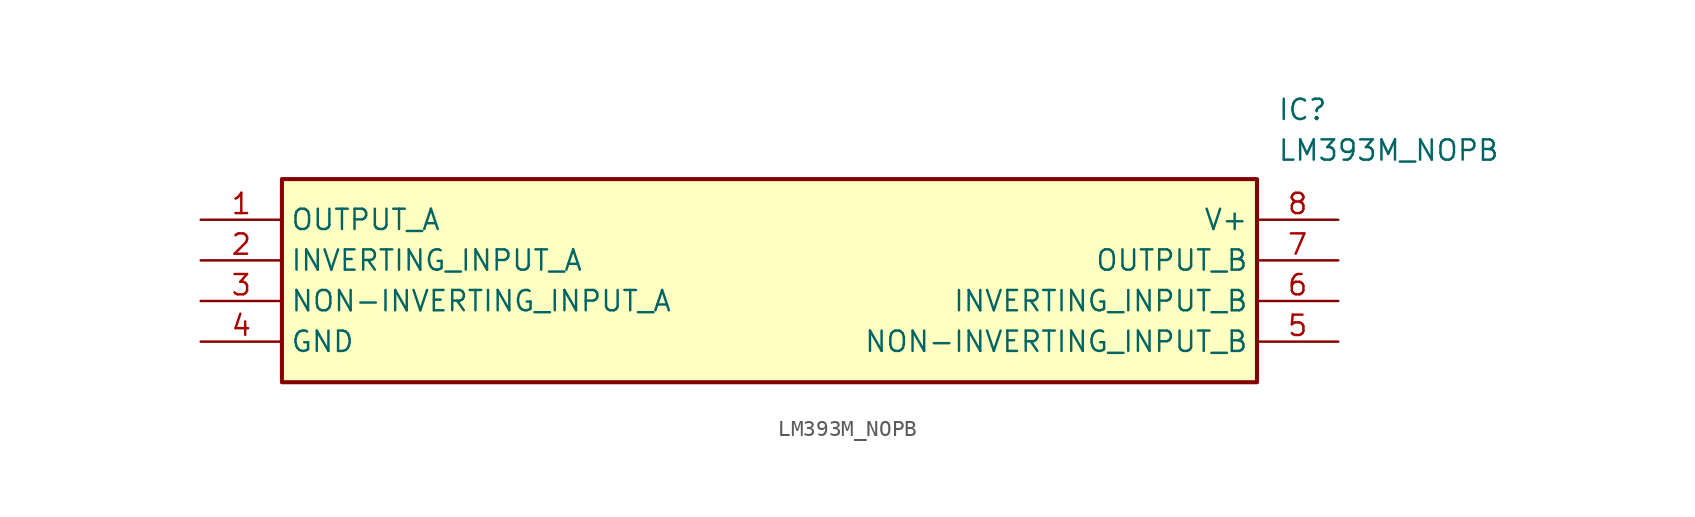
<source format=kicad_sym>
(kicad_symbol_lib
  (version 20241209)
  (generator "kicad_symbol_editor")
  (generator_version "9.0")
  (symbol "LM393M_NOPB"
    (property "Reference" "IC"
      (at 67.31 7.62 0)
      (effects (font (size 1.27 1.27)) (justify left top)))
    (property "Value" "LM393M_NOPB"
      (at 67.31 5.08 0)
      (effects (font (size 1.27 1.27)) (justify left top)))
    (symbol "LM393M_NOPB_1_1"
      (rectangle (start 5.08 2.54) (end 66.04 -10.16) (stroke (width 0.254) (type default)) (fill (type background)))
      (pin passive line (at 0 0 0) (length 5.08) (name "OUTPUT_A" (effects (font (size 1.27 1.27)))) (number "1" (effects (font (size 1.27 1.27)))))
      (pin passive line (at 0 -2.54 0) (length 5.08) (name "INVERTING_INPUT_A" (effects (font (size 1.27 1.27)))) (number "2" (effects (font (size 1.27 1.27)))))
      (pin passive line (at 0 -5.08 0) (length 5.08) (name "NON-INVERTING_INPUT_A" (effects (font (size 1.27 1.27)))) (number "3" (effects (font (size 1.27 1.27)))))
      (pin passive line (at 0 -7.62 0) (length 5.08) (name "GND" (effects (font (size 1.27 1.27)))) (number "4" (effects (font (size 1.27 1.27)))))
      (pin passive line (at 71.12 0 180) (length 5.08) (name "V+" (effects (font (size 1.27 1.27)))) (number "8" (effects (font (size 1.27 1.27)))))
      (pin passive line (at 71.12 -2.54 180) (length 5.08) (name "OUTPUT_B" (effects (font (size 1.27 1.27)))) (number "7" (effects (font (size 1.27 1.27)))))
      (pin passive line (at 71.12 -5.08 180) (length 5.08) (name "INVERTING_INPUT_B" (effects (font (size 1.27 1.27)))) (number "6" (effects (font (size 1.27 1.27)))))
      (pin passive line (at 71.12 -7.62 180) (length 5.08) (name "NON-INVERTING_INPUT_B" (effects (font (size 1.27 1.27)))) (number "5" (effects (font (size 1.27 1.27))))))))
</source>
